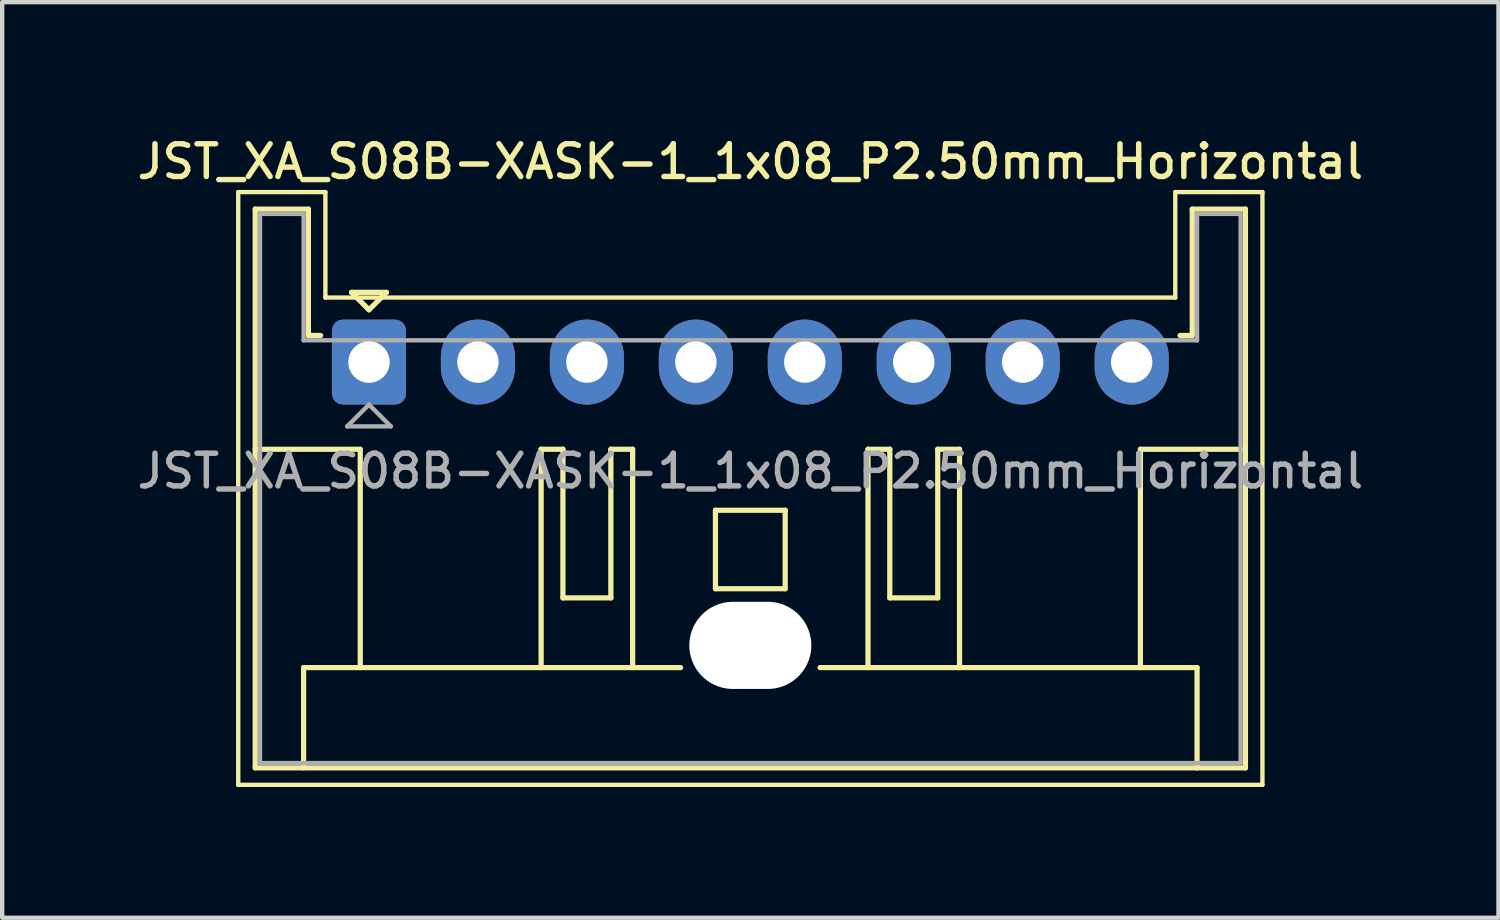
<source format=kicad_pcb>
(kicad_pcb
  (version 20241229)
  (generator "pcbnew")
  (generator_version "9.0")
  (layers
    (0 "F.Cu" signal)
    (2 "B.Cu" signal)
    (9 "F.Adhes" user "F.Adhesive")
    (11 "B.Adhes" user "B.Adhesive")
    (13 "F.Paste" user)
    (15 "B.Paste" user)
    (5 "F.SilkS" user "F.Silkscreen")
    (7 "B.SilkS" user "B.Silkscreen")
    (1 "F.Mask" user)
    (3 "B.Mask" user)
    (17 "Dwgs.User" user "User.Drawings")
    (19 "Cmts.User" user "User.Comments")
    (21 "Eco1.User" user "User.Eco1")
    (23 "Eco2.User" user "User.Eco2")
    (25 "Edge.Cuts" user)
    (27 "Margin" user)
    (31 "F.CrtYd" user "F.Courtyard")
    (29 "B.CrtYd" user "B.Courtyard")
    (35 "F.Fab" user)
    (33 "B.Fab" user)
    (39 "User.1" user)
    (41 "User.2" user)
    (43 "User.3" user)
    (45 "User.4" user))
  (footprint "JST_XA_S08B-XASK-1_1x08_P2.50mm_Horizontal"
    (layer "F.Cu")
    (at 5.416 5.258)
    (property "Reference" "JST_XA_S08B-XASK-1_1x08_P2.50mm_Horizontal" (at 8.75 -4.6 0) (layer "F.SilkS") (effects (font (size 0.75 0.75) (thickness 0.125))))
    (attr through_hole)
    (fp_line (start -3 -3.9) (end -3 9.7) (stroke (width 0.1) (type solid)) (layer "F.SilkS"))
    (fp_line (start -3 9.7) (end 20.5 9.7) (stroke (width 0.1) (type solid)) (layer "F.SilkS"))
    (fp_line (start -2.61 -3.51) (end -2.61 9.31) (stroke (width 0.12) (type solid)) (layer "F.SilkS"))
    (fp_line (start -2.61 9.31) (end 20.11 9.31) (stroke (width 0.12) (type solid)) (layer "F.SilkS"))
    (fp_line (start -1.5 7.01) (end 7.15 7.01) (stroke (width 0.12) (type solid)) (layer "F.SilkS"))
    (fp_line (start -1.5 9.31) (end -1.5 7.01) (stroke (width 0.12) (type solid)) (layer "F.SilkS"))
    (fp_line (start -1.39 -3.51) (end -2.61 -3.51) (stroke (width 0.12) (type solid)) (layer "F.SilkS"))
    (fp_line (start -1.39 -0.61) (end -1.39 -3.51) (stroke (width 0.12) (type solid)) (layer "F.SilkS"))
    (fp_line (start -1.11 -0.61) (end -1.39 -0.61) (stroke (width 0.12) (type solid)) (layer "F.SilkS"))
    (fp_line (start -1 -3.9) (end -3 -3.9) (stroke (width 0.1) (type solid)) (layer "F.SilkS"))
    (fp_line (start -1 -1.48) (end -1 -3.9) (stroke (width 0.1) (type solid)) (layer "F.SilkS"))
    (fp_line (start -0.4 -1.6) (end 0.4 -1.6) (stroke (width 0.12) (type solid)) (layer "F.SilkS"))
    (fp_line (start -0.2 2) (end -2.61 2) (stroke (width 0.12) (type solid)) (layer "F.SilkS"))
    (fp_line (start -0.2 7.01) (end -0.2 2) (stroke (width 0.12) (type solid)) (layer "F.SilkS"))
    (fp_line (start 0 -1.2) (end -0.4 -1.6) (stroke (width 0.12) (type solid)) (layer "F.SilkS"))
    (fp_line (start 0.4 -1.6) (end 0 -1.2) (stroke (width 0.12) (type solid)) (layer "F.SilkS"))
    (fp_line (start 3.95 2) (end 3.95 7.01) (stroke (width 0.12) (type solid)) (layer "F.SilkS"))
    (fp_line (start 4.45 2) (end 3.95 2) (stroke (width 0.12) (type solid)) (layer "F.SilkS"))
    (fp_line (start 4.45 5.41) (end 4.45 2) (stroke (width 0.12) (type solid)) (layer "F.SilkS"))
    (fp_line (start 5.55 2) (end 5.55 5.41) (stroke (width 0.12) (type solid)) (layer "F.SilkS"))
    (fp_line (start 5.55 5.41) (end 4.45 5.41) (stroke (width 0.12) (type solid)) (layer "F.SilkS"))
    (fp_line (start 6.05 2) (end 5.55 2) (stroke (width 0.12) (type solid)) (layer "F.SilkS"))
    (fp_line (start 6.05 7.01) (end 6.05 2) (stroke (width 0.12) (type solid)) (layer "F.SilkS"))
    (fp_line (start 7.95 3.4) (end 9.55 3.4) (stroke (width 0.12) (type solid)) (layer "F.SilkS"))
    (fp_line (start 7.95 5.2) (end 7.95 3.4) (stroke (width 0.12) (type solid)) (layer "F.SilkS"))
    (fp_line (start 9.55 3.4) (end 9.55 5.2) (stroke (width 0.12) (type solid)) (layer "F.SilkS"))
    (fp_line (start 9.55 5.2) (end 7.95 5.2) (stroke (width 0.12) (type solid)) (layer "F.SilkS"))
    (fp_line (start 10.35 7.01) (end 19 7.01) (stroke (width 0.12) (type solid)) (layer "F.SilkS"))
    (fp_line (start 11.45 2) (end 11.95 2) (stroke (width 0.12) (type solid)) (layer "F.SilkS"))
    (fp_line (start 11.45 7.01) (end 11.45 2) (stroke (width 0.12) (type solid)) (layer "F.SilkS"))
    (fp_line (start 11.95 2) (end 11.95 5.41) (stroke (width 0.12) (type solid)) (layer "F.SilkS"))
    (fp_line (start 11.95 5.41) (end 13.05 5.41) (stroke (width 0.12) (type solid)) (layer "F.SilkS"))
    (fp_line (start 13.05 2) (end 13.55 2) (stroke (width 0.12) (type solid)) (layer "F.SilkS"))
    (fp_line (start 13.05 5.41) (end 13.05 2) (stroke (width 0.12) (type solid)) (layer "F.SilkS"))
    (fp_line (start 13.55 2) (end 13.55 7.01) (stroke (width 0.12) (type solid)) (layer "F.SilkS"))
    (fp_line (start 17.7 2) (end 20.11 2) (stroke (width 0.12) (type solid)) (layer "F.SilkS"))
    (fp_line (start 17.7 7.01) (end 17.7 2) (stroke (width 0.12) (type solid)) (layer "F.SilkS"))
    (fp_line (start 18.5 -3.9) (end 18.5 -1.48) (stroke (width 0.1) (type solid)) (layer "F.SilkS"))
    (fp_line (start 18.5 -1.48) (end -1 -1.48) (stroke (width 0.1) (type solid)) (layer "F.SilkS"))
    (fp_line (start 18.89 -3.51) (end 18.89 -0.61) (stroke (width 0.12) (type solid)) (layer "F.SilkS"))
    (fp_line (start 18.89 -0.61) (end 18.61 -0.61) (stroke (width 0.12) (type solid)) (layer "F.SilkS"))
    (fp_line (start 19 7.01) (end 19 9.31) (stroke (width 0.12) (type solid)) (layer "F.SilkS"))
    (fp_line (start 20.11 -3.51) (end 18.89 -3.51) (stroke (width 0.12) (type solid)) (layer "F.SilkS"))
    (fp_line (start 20.11 9.31) (end 20.11 -3.51) (stroke (width 0.12) (type solid)) (layer "F.SilkS"))
    (fp_line (start 20.5 -3.9) (end 18.5 -3.9) (stroke (width 0.1) (type solid)) (layer "F.SilkS"))
    (fp_line (start 20.5 9.7) (end 20.5 -3.9) (stroke (width 0.1) (type solid)) (layer "F.SilkS"))
    (fp_line (start -2.5 -3.4) (end -2.5 9.2) (stroke (width 0.1) (type solid)) (layer "F.Fab"))
    (fp_line (start -2.5 9.2) (end 20 9.2) (stroke (width 0.1) (type solid)) (layer "F.Fab"))
    (fp_line (start -1.5 -3.4) (end -2.5 -3.4) (stroke (width 0.1) (type solid)) (layer "F.Fab"))
    (fp_line (start -1.5 -0.5) (end -1.5 -3.4) (stroke (width 0.1) (type solid)) (layer "F.Fab"))
    (fp_line (start -0.5 1.475) (end 0.5 1.475) (stroke (width 0.1) (type solid)) (layer "F.Fab"))
    (fp_line (start 0 0.975) (end -0.5 1.475) (stroke (width 0.1) (type solid)) (layer "F.Fab"))
    (fp_line (start 0.5 1.475) (end 0 0.975) (stroke (width 0.1) (type solid)) (layer "F.Fab"))
    (fp_line (start 19 -3.4) (end 19 -0.5) (stroke (width 0.1) (type solid)) (layer "F.Fab"))
    (fp_line (start 19 -0.5) (end -1.5 -0.5) (stroke (width 0.1) (type solid)) (layer "F.Fab"))
    (fp_line (start 20 -3.4) (end 19 -3.4) (stroke (width 0.1) (type solid)) (layer "F.Fab"))
    (fp_line (start 20 9.2) (end 20 -3.4) (stroke (width 0.1) (type solid)) (layer "F.Fab"))
    (fp_text user "${REFERENCE}" (at 8.75 2.5 0) (layer "F.Fab") (effects (font (size 0.75 0.75) (thickness 0.125))))
    (pad "" np_thru_hole oval (at 8.75 6.5) (size 2.8 2) (drill oval 2.8 2) (layers "*.Cu" "*.Mask"))
    (pad "1" thru_hole roundrect (at 0 0) (size 1.7 1.95) (drill 0.95) (layers "*.Cu" "*.Mask") (roundrect_rratio 0.147))
    (pad "2" thru_hole oval (at 2.5 0) (size 1.7 1.95) (drill 0.95) (layers "*.Cu" "*.Mask"))
    (pad "3" thru_hole oval (at 5 0) (size 1.7 1.95) (drill 0.95) (layers "*.Cu" "*.Mask"))
    (pad "4" thru_hole oval (at 7.5 0) (size 1.7 1.95) (drill 0.95) (layers "*.Cu" "*.Mask"))
    (pad "5" thru_hole oval (at 10 0) (size 1.7 1.95) (drill 0.95) (layers "*.Cu" "*.Mask"))
    (pad "6" thru_hole oval (at 12.5 0) (size 1.7 1.95) (drill 0.95) (layers "*.Cu" "*.Mask"))
    (pad "7" thru_hole oval (at 15 0) (size 1.7 1.95) (drill 0.95) (layers "*.Cu" "*.Mask"))
    (pad "8" thru_hole oval (at 17.5 0) (size 1.7 1.95) (drill 0.95) (layers "*.Cu" "*.Mask")))
  (gr_rect
    (start -3 -3)
    (end 31.332 18.008)
    (stroke (width 0.1) (type default))
    (fill no)
    (layer "Edge.Cuts")))
</source>
